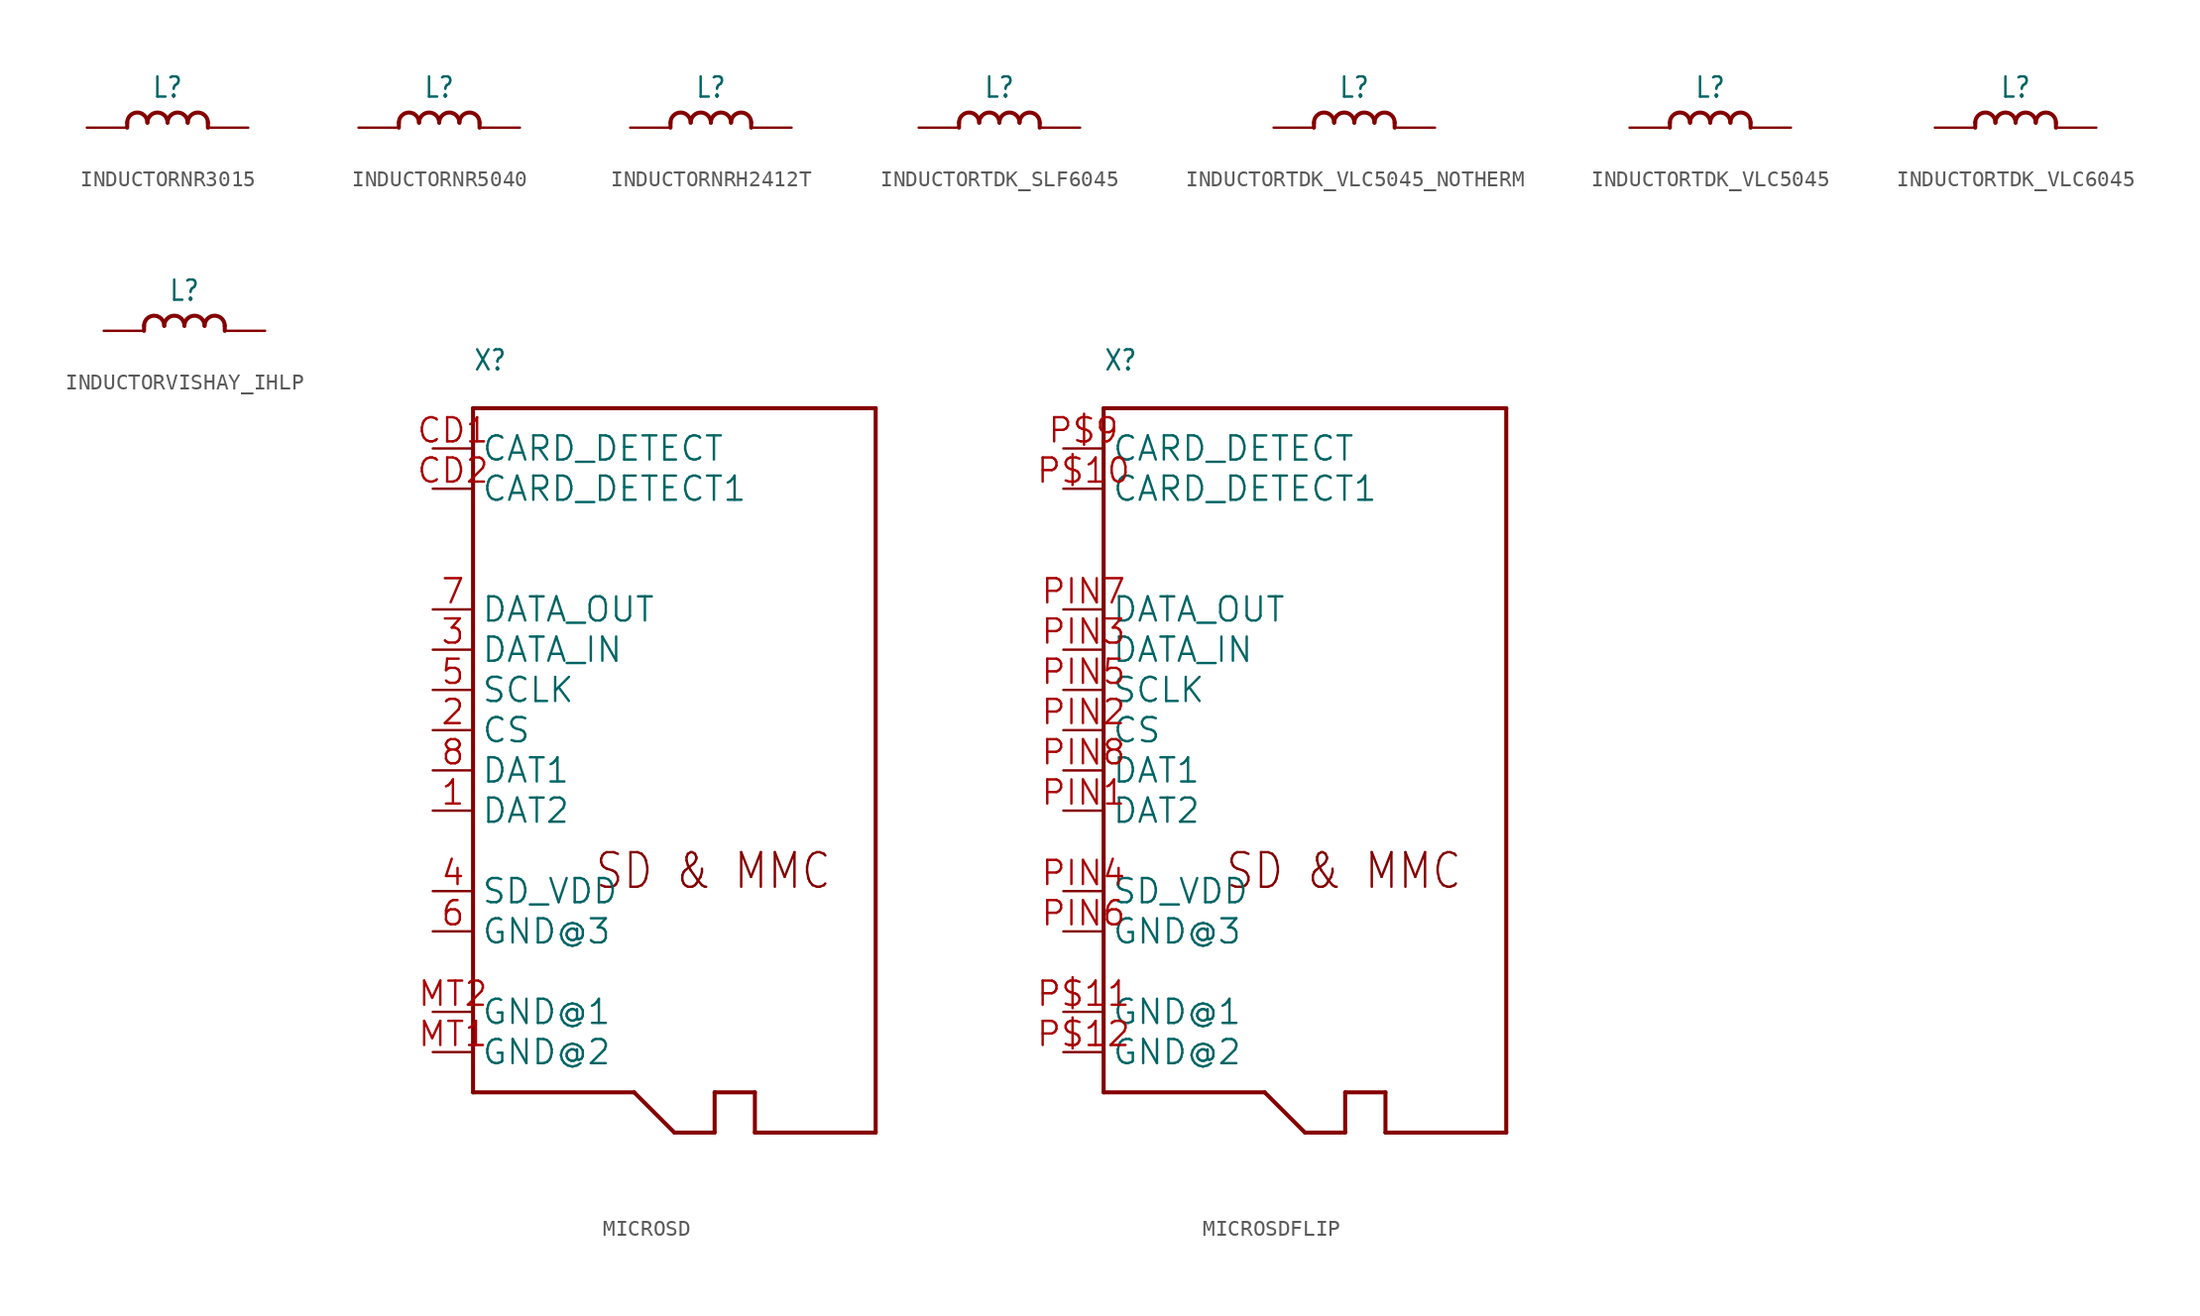
<source format=kicad_sym>
(kicad_symbol_lib
  (version 20241209)
  (generator "kicad_symbol_editor")
  (generator_version "9.0")
  (symbol "INDUCTORNR3015"
    (property "Reference" "L"
      (at 0 2.54 0)
      (effects (font (size 1.27 1.079))))
    (property "Value" ""
      (at 0 -1.54 0)
      (effects (font (size 1.27 1.079))))
    (property "ki_locked" ""
      (at 0 0 0)
      (effects (font (size 1.27 1.27))))
    (symbol "INDUCTORNR3015_1_0"
      (polyline (pts (xy -2.54 0.318) (xy -2.54 0)) (stroke (width 0.254) (type solid)) (fill (type none)))
      (arc (start -2.54 0.3175) (mid -1.9049 0.9524) (end -1.27 0.3173) (stroke (width 0.254) (type solid)) (fill (type none)))
      (arc (start -1.27 0.3175) (mid -0.6349 0.9524) (end 0 0.3173) (stroke (width 0.254) (type solid)) (fill (type none)))
      (arc (start 0 0.3175) (mid 0.6351 0.9524) (end 1.27 0.3173) (stroke (width 0.254) (type solid)) (fill (type none)))
      (arc (start 1.27 0.3175) (mid 1.9051 0.9524) (end 2.54 0.3173) (stroke (width 0.254) (type solid)) (fill (type none)))
      (polyline (pts (xy 2.54 0.318) (xy 2.54 0)) (stroke (width 0.254) (type solid)) (fill (type none)))
      (pin passive line (at -5.08 0 0) (length 2.54) (name "1" (effects (font (size 0 0)))) (number "P$1" (effects (font (size 0 0)))))
      (pin passive line (at 5.08 0 180) (length 2.54) (name "2" (effects (font (size 0 0)))) (number "P$2" (effects (font (size 0 0)))))))
  (symbol "INDUCTORNR5040"
    (property "Reference" "L"
      (at 0 2.54 0)
      (effects (font (size 1.27 1.079))))
    (property "Value" ""
      (at 0 -1.54 0)
      (effects (font (size 1.27 1.079))))
    (property "ki_locked" ""
      (at 0 0 0)
      (effects (font (size 1.27 1.27))))
    (symbol "INDUCTORNR5040_1_0"
      (polyline (pts (xy -2.54 0.318) (xy -2.54 0)) (stroke (width 0.254) (type solid)) (fill (type none)))
      (arc (start -2.54 0.3175) (mid -1.9049 0.9524) (end -1.27 0.3173) (stroke (width 0.254) (type solid)) (fill (type none)))
      (arc (start -1.27 0.3175) (mid -0.6349 0.9524) (end 0 0.3173) (stroke (width 0.254) (type solid)) (fill (type none)))
      (arc (start 0 0.3175) (mid 0.6351 0.9524) (end 1.27 0.3173) (stroke (width 0.254) (type solid)) (fill (type none)))
      (arc (start 1.27 0.3175) (mid 1.9051 0.9524) (end 2.54 0.3173) (stroke (width 0.254) (type solid)) (fill (type none)))
      (polyline (pts (xy 2.54 0.318) (xy 2.54 0)) (stroke (width 0.254) (type solid)) (fill (type none)))
      (pin passive line (at -5.08 0 0) (length 2.54) (name "1" (effects (font (size 0 0)))) (number "P$1" (effects (font (size 0 0)))))
      (pin passive line (at 5.08 0 180) (length 2.54) (name "2" (effects (font (size 0 0)))) (number "P$2" (effects (font (size 0 0)))))))
  (symbol "INDUCTORNRH2412T"
    (property "Reference" "L"
      (at 0 2.54 0)
      (effects (font (size 1.27 1.079))))
    (property "Value" ""
      (at 0 -1.54 0)
      (effects (font (size 1.27 1.079))))
    (property "ki_locked" ""
      (at 0 0 0)
      (effects (font (size 1.27 1.27))))
    (symbol "INDUCTORNRH2412T_1_0"
      (polyline (pts (xy -2.54 0.318) (xy -2.54 0)) (stroke (width 0.254) (type solid)) (fill (type none)))
      (arc (start -2.54 0.3175) (mid -1.9049 0.9524) (end -1.27 0.3173) (stroke (width 0.254) (type solid)) (fill (type none)))
      (arc (start -1.27 0.3175) (mid -0.6349 0.9524) (end 0 0.3173) (stroke (width 0.254) (type solid)) (fill (type none)))
      (arc (start 0 0.3175) (mid 0.6351 0.9524) (end 1.27 0.3173) (stroke (width 0.254) (type solid)) (fill (type none)))
      (arc (start 1.27 0.3175) (mid 1.9051 0.9524) (end 2.54 0.3173) (stroke (width 0.254) (type solid)) (fill (type none)))
      (polyline (pts (xy 2.54 0.318) (xy 2.54 0)) (stroke (width 0.254) (type solid)) (fill (type none)))
      (pin passive line (at -5.08 0 0) (length 2.54) (name "1" (effects (font (size 0 0)))) (number "1" (effects (font (size 0 0)))))
      (pin passive line (at 5.08 0 180) (length 2.54) (name "2" (effects (font (size 0 0)))) (number "2" (effects (font (size 0 0)))))))
  (symbol "INDUCTORTDK_SLF6045"
    (property "Reference" "L"
      (at 0 2.54 0)
      (effects (font (size 1.27 1.079))))
    (property "Value" ""
      (at 0 -1.54 0)
      (effects (font (size 1.27 1.079))))
    (property "ki_locked" ""
      (at 0 0 0)
      (effects (font (size 1.27 1.27))))
    (symbol "INDUCTORTDK_SLF6045_1_0"
      (polyline (pts (xy -2.54 0.318) (xy -2.54 0)) (stroke (width 0.254) (type solid)) (fill (type none)))
      (arc (start -2.54 0.3175) (mid -1.9049 0.9524) (end -1.27 0.3173) (stroke (width 0.254) (type solid)) (fill (type none)))
      (arc (start -1.27 0.3175) (mid -0.6349 0.9524) (end 0 0.3173) (stroke (width 0.254) (type solid)) (fill (type none)))
      (arc (start 0 0.3175) (mid 0.6351 0.9524) (end 1.27 0.3173) (stroke (width 0.254) (type solid)) (fill (type none)))
      (arc (start 1.27 0.3175) (mid 1.9051 0.9524) (end 2.54 0.3173) (stroke (width 0.254) (type solid)) (fill (type none)))
      (polyline (pts (xy 2.54 0.318) (xy 2.54 0)) (stroke (width 0.254) (type solid)) (fill (type none)))
      (pin passive line (at -5.08 0 0) (length 2.54) (name "1" (effects (font (size 0 0)))) (number "P$1" (effects (font (size 0 0)))))
      (pin passive line (at 5.08 0 180) (length 2.54) (name "2" (effects (font (size 0 0)))) (number "P$2" (effects (font (size 0 0)))))))
  (symbol "INDUCTORTDK_VLC5045_NOTHERM"
    (property "Reference" "L"
      (at 0 2.54 0)
      (effects (font (size 1.27 1.079))))
    (property "Value" ""
      (at 0 -1.54 0)
      (effects (font (size 1.27 1.079))))
    (property "ki_locked" ""
      (at 0 0 0)
      (effects (font (size 1.27 1.27))))
    (symbol "INDUCTORTDK_VLC5045_NOTHERM_1_0"
      (polyline (pts (xy -2.54 0.318) (xy -2.54 0)) (stroke (width 0.254) (type solid)) (fill (type none)))
      (arc (start -2.54 0.3175) (mid -1.9049 0.9524) (end -1.27 0.3173) (stroke (width 0.254) (type solid)) (fill (type none)))
      (arc (start -1.27 0.3175) (mid -0.6349 0.9524) (end 0 0.3173) (stroke (width 0.254) (type solid)) (fill (type none)))
      (arc (start 0 0.3175) (mid 0.6351 0.9524) (end 1.27 0.3173) (stroke (width 0.254) (type solid)) (fill (type none)))
      (arc (start 1.27 0.3175) (mid 1.9051 0.9524) (end 2.54 0.3173) (stroke (width 0.254) (type solid)) (fill (type none)))
      (polyline (pts (xy 2.54 0.318) (xy 2.54 0)) (stroke (width 0.254) (type solid)) (fill (type none)))
      (pin passive line (at -5.08 0 0) (length 2.54) (name "1" (effects (font (size 0 0)))) (number "P$1" (effects (font (size 0 0)))))
      (pin passive line (at 5.08 0 180) (length 2.54) (name "2" (effects (font (size 0 0)))) (number "P$2" (effects (font (size 0 0)))))))
  (symbol "INDUCTORTDK_VLC5045"
    (property "Reference" "L"
      (at 0 2.54 0)
      (effects (font (size 1.27 1.079))))
    (property "Value" ""
      (at 0 -1.54 0)
      (effects (font (size 1.27 1.079))))
    (property "ki_locked" ""
      (at 0 0 0)
      (effects (font (size 1.27 1.27))))
    (symbol "INDUCTORTDK_VLC5045_1_0"
      (polyline (pts (xy -2.54 0.318) (xy -2.54 0)) (stroke (width 0.254) (type solid)) (fill (type none)))
      (arc (start -2.54 0.3175) (mid -1.9049 0.9524) (end -1.27 0.3173) (stroke (width 0.254) (type solid)) (fill (type none)))
      (arc (start -1.27 0.3175) (mid -0.6349 0.9524) (end 0 0.3173) (stroke (width 0.254) (type solid)) (fill (type none)))
      (arc (start 0 0.3175) (mid 0.6351 0.9524) (end 1.27 0.3173) (stroke (width 0.254) (type solid)) (fill (type none)))
      (arc (start 1.27 0.3175) (mid 1.9051 0.9524) (end 2.54 0.3173) (stroke (width 0.254) (type solid)) (fill (type none)))
      (polyline (pts (xy 2.54 0.318) (xy 2.54 0)) (stroke (width 0.254) (type solid)) (fill (type none)))
      (pin passive line (at -5.08 0 0) (length 2.54) (name "1" (effects (font (size 0 0)))) (number "P$1" (effects (font (size 0 0)))))
      (pin passive line (at 5.08 0 180) (length 2.54) (name "2" (effects (font (size 0 0)))) (number "P$2" (effects (font (size 0 0)))))))
  (symbol "INDUCTORTDK_VLC6045"
    (property "Reference" "L"
      (at 0 2.54 0)
      (effects (font (size 1.27 1.079))))
    (property "Value" ""
      (at 0 -1.54 0)
      (effects (font (size 1.27 1.079))))
    (property "ki_locked" ""
      (at 0 0 0)
      (effects (font (size 1.27 1.27))))
    (symbol "INDUCTORTDK_VLC6045_1_0"
      (polyline (pts (xy -2.54 0.318) (xy -2.54 0)) (stroke (width 0.254) (type solid)) (fill (type none)))
      (arc (start -2.54 0.3175) (mid -1.9049 0.9524) (end -1.27 0.3173) (stroke (width 0.254) (type solid)) (fill (type none)))
      (arc (start -1.27 0.3175) (mid -0.6349 0.9524) (end 0 0.3173) (stroke (width 0.254) (type solid)) (fill (type none)))
      (arc (start 0 0.3175) (mid 0.6351 0.9524) (end 1.27 0.3173) (stroke (width 0.254) (type solid)) (fill (type none)))
      (arc (start 1.27 0.3175) (mid 1.9051 0.9524) (end 2.54 0.3173) (stroke (width 0.254) (type solid)) (fill (type none)))
      (polyline (pts (xy 2.54 0.318) (xy 2.54 0)) (stroke (width 0.254) (type solid)) (fill (type none)))
      (pin passive line (at -5.08 0 0) (length 2.54) (name "1" (effects (font (size 0 0)))) (number "P$1" (effects (font (size 0 0)))))
      (pin passive line (at 5.08 0 180) (length 2.54) (name "2" (effects (font (size 0 0)))) (number "P$2" (effects (font (size 0 0)))))))
  (symbol "INDUCTORVISHAY_IHLP"
    (property "Reference" "L"
      (at 0 2.54 0)
      (effects (font (size 1.27 1.079))))
    (property "Value" ""
      (at 0 -1.54 0)
      (effects (font (size 1.27 1.079))))
    (property "ki_locked" ""
      (at 0 0 0)
      (effects (font (size 1.27 1.27))))
    (symbol "INDUCTORVISHAY_IHLP_1_0"
      (polyline (pts (xy -2.54 0.318) (xy -2.54 0)) (stroke (width 0.254) (type solid)) (fill (type none)))
      (arc (start -2.54 0.3175) (mid -1.9049 0.9524) (end -1.27 0.3173) (stroke (width 0.254) (type solid)) (fill (type none)))
      (arc (start -1.27 0.3175) (mid -0.6349 0.9524) (end 0 0.3173) (stroke (width 0.254) (type solid)) (fill (type none)))
      (arc (start 0 0.3175) (mid 0.6351 0.9524) (end 1.27 0.3173) (stroke (width 0.254) (type solid)) (fill (type none)))
      (arc (start 1.27 0.3175) (mid 1.9051 0.9524) (end 2.54 0.3173) (stroke (width 0.254) (type solid)) (fill (type none)))
      (polyline (pts (xy 2.54 0.318) (xy 2.54 0)) (stroke (width 0.254) (type solid)) (fill (type none)))
      (pin passive line (at -5.08 0 0) (length 2.54) (name "1" (effects (font (size 0 0)))) (number "1" (effects (font (size 0 0)))))
      (pin passive line (at 5.08 0 180) (length 2.54) (name "2" (effects (font (size 0 0)))) (number "2" (effects (font (size 0 0)))))))
  (symbol "MICROSD"
    (property "Reference" "X"
      (at -12.7 22.606 0)
      (effects (font (size 1.27 1.079)) (justify left bottom)))
    (property "Value" ""
      (at -12.7 20.828 0)
      (effects (font (size 1.27 1.079)) (justify left bottom)))
    (property "ki_locked" ""
      (at 0 0 0)
      (effects (font (size 1.27 1.27))))
    (symbol "MICROSD_1_0"
      (polyline (pts (xy -12.7 20.32) (xy -12.7 -22.86)) (stroke (width 0.254) (type solid)) (fill (type none)))
      (polyline (pts (xy -12.7 -22.86) (xy -2.54 -22.86)) (stroke (width 0.254) (type solid)) (fill (type none)))
      (polyline (pts (xy -2.54 -22.86) (xy 0 -25.4)) (stroke (width 0.254) (type solid)) (fill (type none)))
      (polyline (pts (xy 0 -25.4) (xy 2.54 -25.4)) (stroke (width 0.254) (type solid)) (fill (type none)))
      (polyline (pts (xy 2.54 -22.86) (xy 5.08 -22.86)) (stroke (width 0.254) (type solid)) (fill (type none)))
      (polyline (pts (xy 2.54 -25.4) (xy 2.54 -22.86)) (stroke (width 0.254) (type solid)) (fill (type none)))
      (polyline (pts (xy 5.08 -22.86) (xy 5.08 -25.4)) (stroke (width 0.254) (type solid)) (fill (type none)))
      (polyline (pts (xy 5.08 -25.4) (xy 12.7 -25.4)) (stroke (width 0.254) (type solid)) (fill (type none)))
      (polyline (pts (xy 12.7 20.32) (xy -12.7 20.32)) (stroke (width 0.254) (type solid)) (fill (type none)))
      (polyline (pts (xy 12.7 -25.4) (xy 12.7 20.32)) (stroke (width 0.254) (type solid)) (fill (type none)))
      (text "SD & MMC" (at -5.08 -10.16 0) (effects (font (size 2.184 1.857)) (justify left bottom)))
      (pin passive line (at -15.24 17.78 0) (length 2.54) (name "CARD_DETECT" (effects (font (size 1.524 1.524)))) (number "CD1" (effects (font (size 1.524 1.524)))))
      (pin passive line (at -15.24 15.24 0) (length 2.54) (name "CARD_DETECT1" (effects (font (size 1.524 1.524)))) (number "CD2" (effects (font (size 1.524 1.524)))))
      (pin output line (at -15.24 7.62 0) (length 2.54) (name "DATA_OUT" (effects (font (size 1.524 1.524)))) (number "7" (effects (font (size 1.524 1.524)))))
      (pin input line (at -15.24 5.08 0) (length 2.54) (name "DATA_IN" (effects (font (size 1.524 1.524)))) (number "3" (effects (font (size 1.524 1.524)))))
      (pin input line (at -15.24 2.54 0) (length 2.54) (name "SCLK" (effects (font (size 1.524 1.524)))) (number "5" (effects (font (size 1.524 1.524)))))
      (pin input line (at -15.24 0 0) (length 2.54) (name "CS" (effects (font (size 1.524 1.524)))) (number "2" (effects (font (size 1.524 1.524)))))
      (pin bidirectional line (at -15.24 -2.54 0) (length 2.54) (name "DAT1" (effects (font (size 1.524 1.524)))) (number "8" (effects (font (size 1.524 1.524)))))
      (pin bidirectional line (at -15.24 -5.08 0) (length 2.54) (name "DAT2" (effects (font (size 1.524 1.524)))) (number "1" (effects (font (size 1.524 1.524)))))
      (pin power_in line (at -15.24 -10.16 0) (length 2.54) (name "SD_VDD" (effects (font (size 1.524 1.524)))) (number "4" (effects (font (size 1.524 1.524)))))
      (pin power_in line (at -15.24 -12.7 0) (length 2.54) (name "GND@3" (effects (font (size 1.524 1.524)))) (number "6" (effects (font (size 1.524 1.524)))))
      (pin power_in line (at -15.24 -17.78 0) (length 2.54) (name "GND@1" (effects (font (size 1.524 1.524)))) (number "MT2" (effects (font (size 1.524 1.524)))))
      (pin power_in line (at -15.24 -20.32 0) (length 2.54) (name "GND@2" (effects (font (size 1.524 1.524)))) (number "MT1" (effects (font (size 1.524 1.524)))))))
  (symbol "MICROSDFLIP"
    (property "Reference" "X"
      (at -12.7 22.606 0)
      (effects (font (size 1.27 1.079)) (justify left bottom)))
    (property "Value" ""
      (at -12.7 20.828 0)
      (effects (font (size 1.27 1.079)) (justify left bottom)))
    (property "ki_locked" ""
      (at 0 0 0)
      (effects (font (size 1.27 1.27))))
    (symbol "MICROSDFLIP_1_0"
      (polyline (pts (xy -12.7 20.32) (xy -12.7 -22.86)) (stroke (width 0.254) (type solid)) (fill (type none)))
      (polyline (pts (xy -12.7 -22.86) (xy -2.54 -22.86)) (stroke (width 0.254) (type solid)) (fill (type none)))
      (polyline (pts (xy -2.54 -22.86) (xy 0 -25.4)) (stroke (width 0.254) (type solid)) (fill (type none)))
      (polyline (pts (xy 0 -25.4) (xy 2.54 -25.4)) (stroke (width 0.254) (type solid)) (fill (type none)))
      (polyline (pts (xy 2.54 -22.86) (xy 5.08 -22.86)) (stroke (width 0.254) (type solid)) (fill (type none)))
      (polyline (pts (xy 2.54 -25.4) (xy 2.54 -22.86)) (stroke (width 0.254) (type solid)) (fill (type none)))
      (polyline (pts (xy 5.08 -22.86) (xy 5.08 -25.4)) (stroke (width 0.254) (type solid)) (fill (type none)))
      (polyline (pts (xy 5.08 -25.4) (xy 12.7 -25.4)) (stroke (width 0.254) (type solid)) (fill (type none)))
      (polyline (pts (xy 12.7 20.32) (xy -12.7 20.32)) (stroke (width 0.254) (type solid)) (fill (type none)))
      (polyline (pts (xy 12.7 -25.4) (xy 12.7 20.32)) (stroke (width 0.254) (type solid)) (fill (type none)))
      (text "SD & MMC" (at -5.08 -10.16 0) (effects (font (size 2.184 1.857)) (justify left bottom)))
      (pin passive line (at -15.24 17.78 0) (length 2.54) (name "CARD_DETECT" (effects (font (size 1.524 1.524)))) (number "P$9" (effects (font (size 1.524 1.524)))))
      (pin passive line (at -15.24 15.24 0) (length 2.54) (name "CARD_DETECT1" (effects (font (size 1.524 1.524)))) (number "P$10" (effects (font (size 1.524 1.524)))))
      (pin output line (at -15.24 7.62 0) (length 2.54) (name "DATA_OUT" (effects (font (size 1.524 1.524)))) (number "PIN7" (effects (font (size 1.524 1.524)))))
      (pin input line (at -15.24 5.08 0) (length 2.54) (name "DATA_IN" (effects (font (size 1.524 1.524)))) (number "PIN3" (effects (font (size 1.524 1.524)))))
      (pin input line (at -15.24 2.54 0) (length 2.54) (name "SCLK" (effects (font (size 1.524 1.524)))) (number "PIN5" (effects (font (size 1.524 1.524)))))
      (pin input line (at -15.24 0 0) (length 2.54) (name "CS" (effects (font (size 1.524 1.524)))) (number "PIN2" (effects (font (size 1.524 1.524)))))
      (pin bidirectional line (at -15.24 -2.54 0) (length 2.54) (name "DAT1" (effects (font (size 1.524 1.524)))) (number "PIN8" (effects (font (size 1.524 1.524)))))
      (pin bidirectional line (at -15.24 -5.08 0) (length 2.54) (name "DAT2" (effects (font (size 1.524 1.524)))) (number "PIN1" (effects (font (size 1.524 1.524)))))
      (pin power_in line (at -15.24 -10.16 0) (length 2.54) (name "SD_VDD" (effects (font (size 1.524 1.524)))) (number "PIN4" (effects (font (size 1.524 1.524)))))
      (pin power_in line (at -15.24 -12.7 0) (length 2.54) (name "GND@3" (effects (font (size 1.524 1.524)))) (number "PIN6" (effects (font (size 1.524 1.524)))))
      (pin power_in line (at -15.24 -17.78 0) (length 2.54) (name "GND@1" (effects (font (size 1.524 1.524)))) (number "P$11" (effects (font (size 1.524 1.524)))))
      (pin power_in line (at -15.24 -20.32 0) (length 2.54) (name "GND@2" (effects (font (size 1.524 1.524)))) (number "P$12" (effects (font (size 1.524 1.524))))))))
</source>
